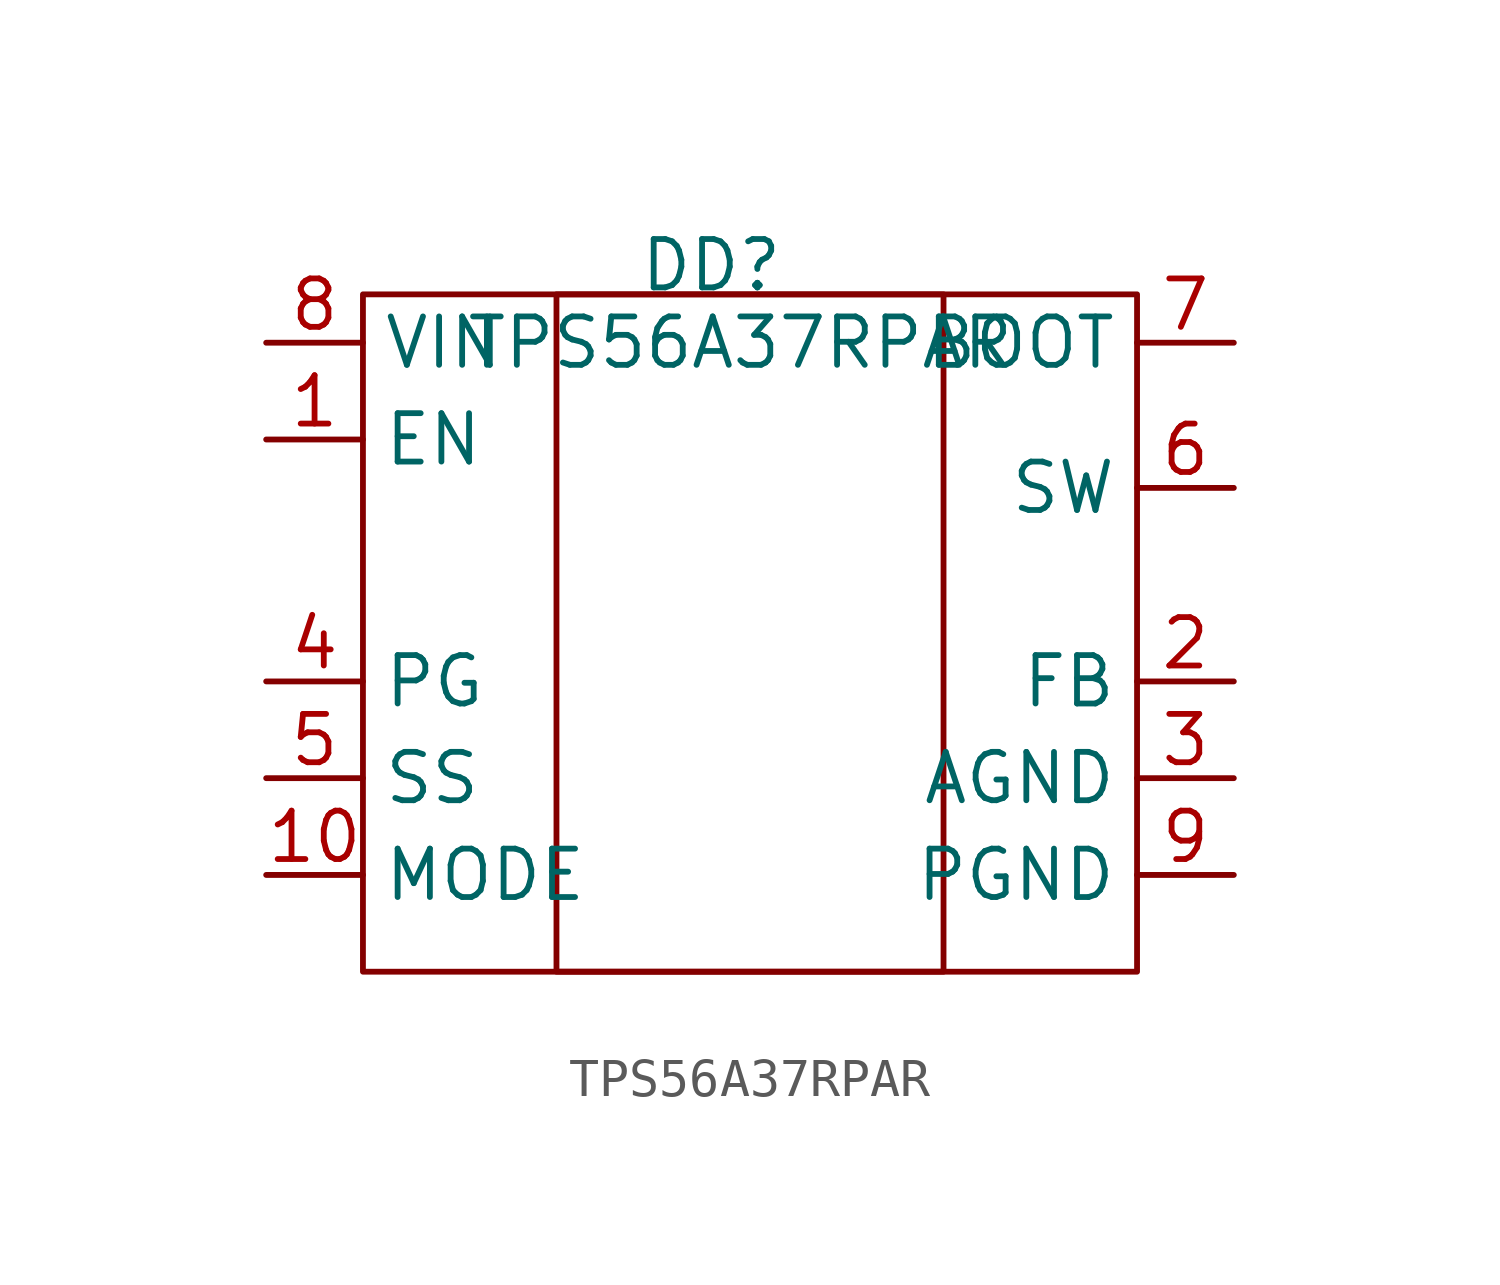
<source format=kicad_sym>
(kicad_symbol_lib
  (version 20241209)
  (generator "kicad_symbol_editor")
  (generator_version "9.0")
  (symbol "TPS56A37RPAR"
    (property "Reference" "DD"
      (at -4.826 9.652 0)
      (effects (font (size 1.27 1.27))))
    (property "Value" "TPS56A37RPAR"
      (at -4.064 7.62 0)
      (effects (font (size 1.27 1.27))))
    (symbol "TPS56A37RPAR_1_0"
      (rectangle (start -13.97 8.89) (end 6.35 -8.89) (stroke (width 0) (type default)) (fill (type none)))
      (rectangle (start -8.89 8.89) (end 1.27 -8.89) (stroke (width 0) (type default)) (fill (type none)))
      (pin unspecified line (at -16.51 7.62 0) (length 2.54) (name "VIN" (effects (font (size 1.27 1.27)))) (number "8" (effects (font (size 1.27 1.27)))))
      (pin unspecified line (at -16.51 5.08 0) (length 2.54) (name "EN" (effects (font (size 1.27 1.27)))) (number "1" (effects (font (size 1.27 1.27)))))
      (pin unspecified line (at -16.51 -1.27 0) (length 2.54) (name "PG" (effects (font (size 1.27 1.27)))) (number "4" (effects (font (size 1.27 1.27)))))
      (pin unspecified line (at -16.51 -3.81 0) (length 2.54) (name "SS" (effects (font (size 1.27 1.27)))) (number "5" (effects (font (size 1.27 1.27)))))
      (pin unspecified line (at -16.51 -6.35 0) (length 2.54) (name "MODE" (effects (font (size 1.27 1.27)))) (number "10" (effects (font (size 1.27 1.27)))))
      (pin unspecified line (at 8.89 7.62 180) (length 2.54) (name "BOOT" (effects (font (size 1.27 1.27)))) (number "7" (effects (font (size 1.27 1.27)))))
      (pin unspecified line (at 8.89 3.81 180) (length 2.54) (name "SW" (effects (font (size 1.27 1.27)))) (number "6" (effects (font (size 1.27 1.27)))))
      (pin unspecified line (at 8.89 -1.27 180) (length 2.54) (name "FB" (effects (font (size 1.27 1.27)))) (number "2" (effects (font (size 1.27 1.27)))))
      (pin unspecified line (at 8.89 -3.81 180) (length 2.54) (name "AGND" (effects (font (size 1.27 1.27)))) (number "3" (effects (font (size 1.27 1.27)))))
      (pin unspecified line (at 8.89 -6.35 180) (length 2.54) (name "PGND" (effects (font (size 1.27 1.27)))) (number "9" (effects (font (size 1.27 1.27))))))))
</source>
